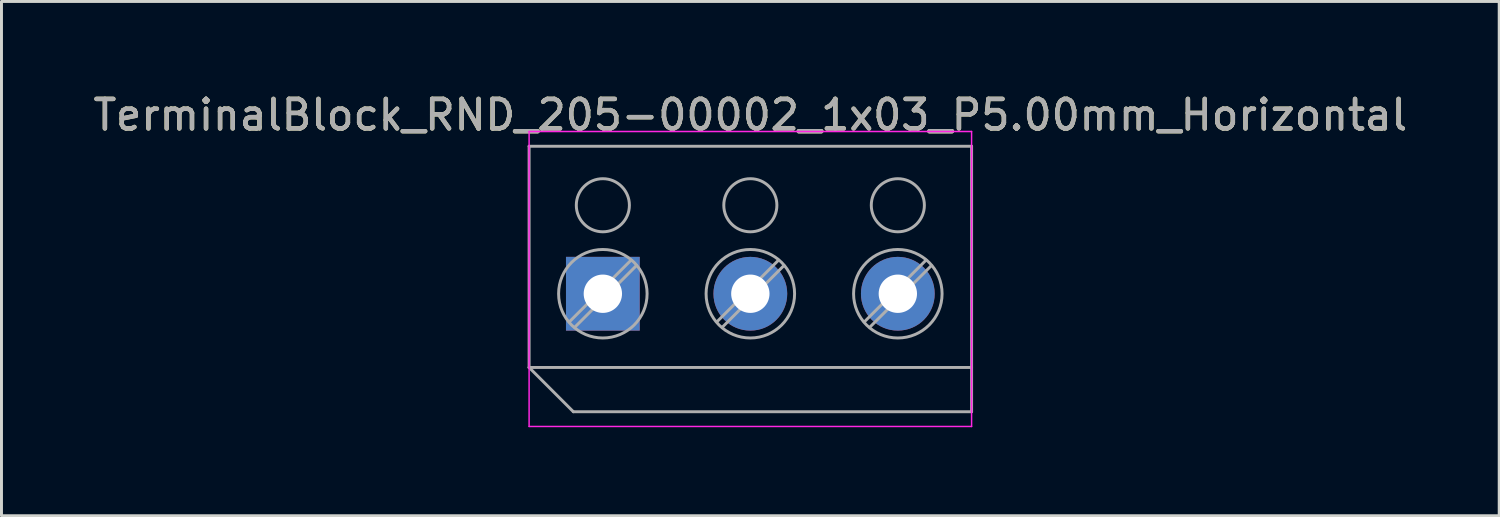
<source format=kicad_pcb>
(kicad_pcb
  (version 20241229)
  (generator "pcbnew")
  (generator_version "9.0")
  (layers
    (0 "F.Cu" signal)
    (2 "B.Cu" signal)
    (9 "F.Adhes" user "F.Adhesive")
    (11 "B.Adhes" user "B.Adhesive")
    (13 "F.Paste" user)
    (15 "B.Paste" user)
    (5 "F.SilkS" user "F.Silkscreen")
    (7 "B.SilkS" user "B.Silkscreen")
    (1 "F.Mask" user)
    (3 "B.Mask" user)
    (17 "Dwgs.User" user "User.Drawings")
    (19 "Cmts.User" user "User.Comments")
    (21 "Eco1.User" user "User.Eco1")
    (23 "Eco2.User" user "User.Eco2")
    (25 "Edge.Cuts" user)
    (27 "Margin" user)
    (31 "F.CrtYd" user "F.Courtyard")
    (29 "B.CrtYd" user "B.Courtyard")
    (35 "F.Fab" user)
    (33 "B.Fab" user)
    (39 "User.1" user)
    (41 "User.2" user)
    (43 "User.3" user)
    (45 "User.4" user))
  (footprint "TerminalBlock_RND_205-00002_1x03_P5.00mm_Horizontal"
    (layer "F.Cu")
    (at 17.387 6.908)
    (property "Reference" "TerminalBlock_RND_205-00002_1x03_P5.00mm_Horizontal" (at 5 -6.06 0) (layer "F.SilkS") (effects (font (size 1 1) (thickness 0.15))))
    (attr through_hole)
    (fp_line (start -2.5 -5.5) (end -2.5 4.5) (stroke (width 0.05) (type solid)) (layer "F.CrtYd"))
    (fp_line (start -2.5 4.5) (end 12.5 4.5) (stroke (width 0.05) (type solid)) (layer "F.CrtYd"))
    (fp_line (start 12.5 -5.5) (end -2.5 -5.5) (stroke (width 0.05) (type solid)) (layer "F.CrtYd"))
    (fp_line (start 12.5 4.5) (end 12.5 -5.5) (stroke (width 0.05) (type solid)) (layer "F.CrtYd"))
    (fp_line (start -2.5 -5) (end 12.5 -5) (stroke (width 0.1) (type solid)) (layer "F.Fab"))
    (fp_line (start -2.5 2.5) (end -2.5 -5) (stroke (width 0.1) (type solid)) (layer "F.Fab"))
    (fp_line (start -2.5 2.5) (end 12.5 2.5) (stroke (width 0.1) (type solid)) (layer "F.Fab"))
    (fp_line (start -1 4) (end -2.5 2.5) (stroke (width 0.1) (type solid)) (layer "F.Fab"))
    (fp_line (start 0.955 -1.138) (end -1.138 0.955) (stroke (width 0.1) (type solid)) (layer "F.Fab"))
    (fp_line (start 1.138 -0.955) (end -0.955 1.138) (stroke (width 0.1) (type solid)) (layer "F.Fab"))
    (fp_line (start 5.955 -1.138) (end 3.863 0.955) (stroke (width 0.1) (type solid)) (layer "F.Fab"))
    (fp_line (start 6.138 -0.955) (end 4.046 1.138) (stroke (width 0.1) (type solid)) (layer "F.Fab"))
    (fp_line (start 10.955 -1.138) (end 8.863 0.955) (stroke (width 0.1) (type solid)) (layer "F.Fab"))
    (fp_line (start 11.138 -0.955) (end 9.046 1.138) (stroke (width 0.1) (type solid)) (layer "F.Fab"))
    (fp_line (start 12.5 -5) (end 12.5 4) (stroke (width 0.1) (type solid)) (layer "F.Fab"))
    (fp_line (start 12.5 4) (end -1 4) (stroke (width 0.1) (type solid)) (layer "F.Fab"))
    (fp_circle (center 0 -3) (end 0.9 -3) (stroke (width 0.1) (type solid)) (fill no) (layer "F.Fab"))
    (fp_circle (center 0 0) (end 1.5 0) (stroke (width 0.1) (type solid)) (fill no) (layer "F.Fab"))
    (fp_circle (center 5 -3) (end 5.9 -3) (stroke (width 0.1) (type solid)) (fill no) (layer "F.Fab"))
    (fp_circle (center 5 0) (end 6.5 0) (stroke (width 0.1) (type solid)) (fill no) (layer "F.Fab"))
    (fp_circle (center 10 -3) (end 10.9 -3) (stroke (width 0.1) (type solid)) (fill no) (layer "F.Fab"))
    (fp_circle (center 10 0) (end 11.5 0) (stroke (width 0.1) (type solid)) (fill no) (layer "F.Fab"))
    (fp_text user "${REFERENCE}" (at 5 -6.06 0) (layer "F.Fab") (effects (font (size 1 1) (thickness 0.15))))
    (pad "1" thru_hole rect (at 0 0) (size 2.5 2.5) (drill 1.3) (layers "*.Cu" "*.Mask"))
    (pad "2" thru_hole circle (at 5 0) (size 2.5 2.5) (drill 1.3) (layers "*.Cu" "*.Mask"))
    (pad "3" thru_hole circle (at 10 0) (size 2.5 2.5) (drill 1.3) (layers "*.Cu" "*.Mask")))
  (gr_rect
    (start -3 -3)
    (end 47.774 14.433)
    (stroke (width 0.1) (type default))
    (fill no)
    (layer "Edge.Cuts")))
</source>
